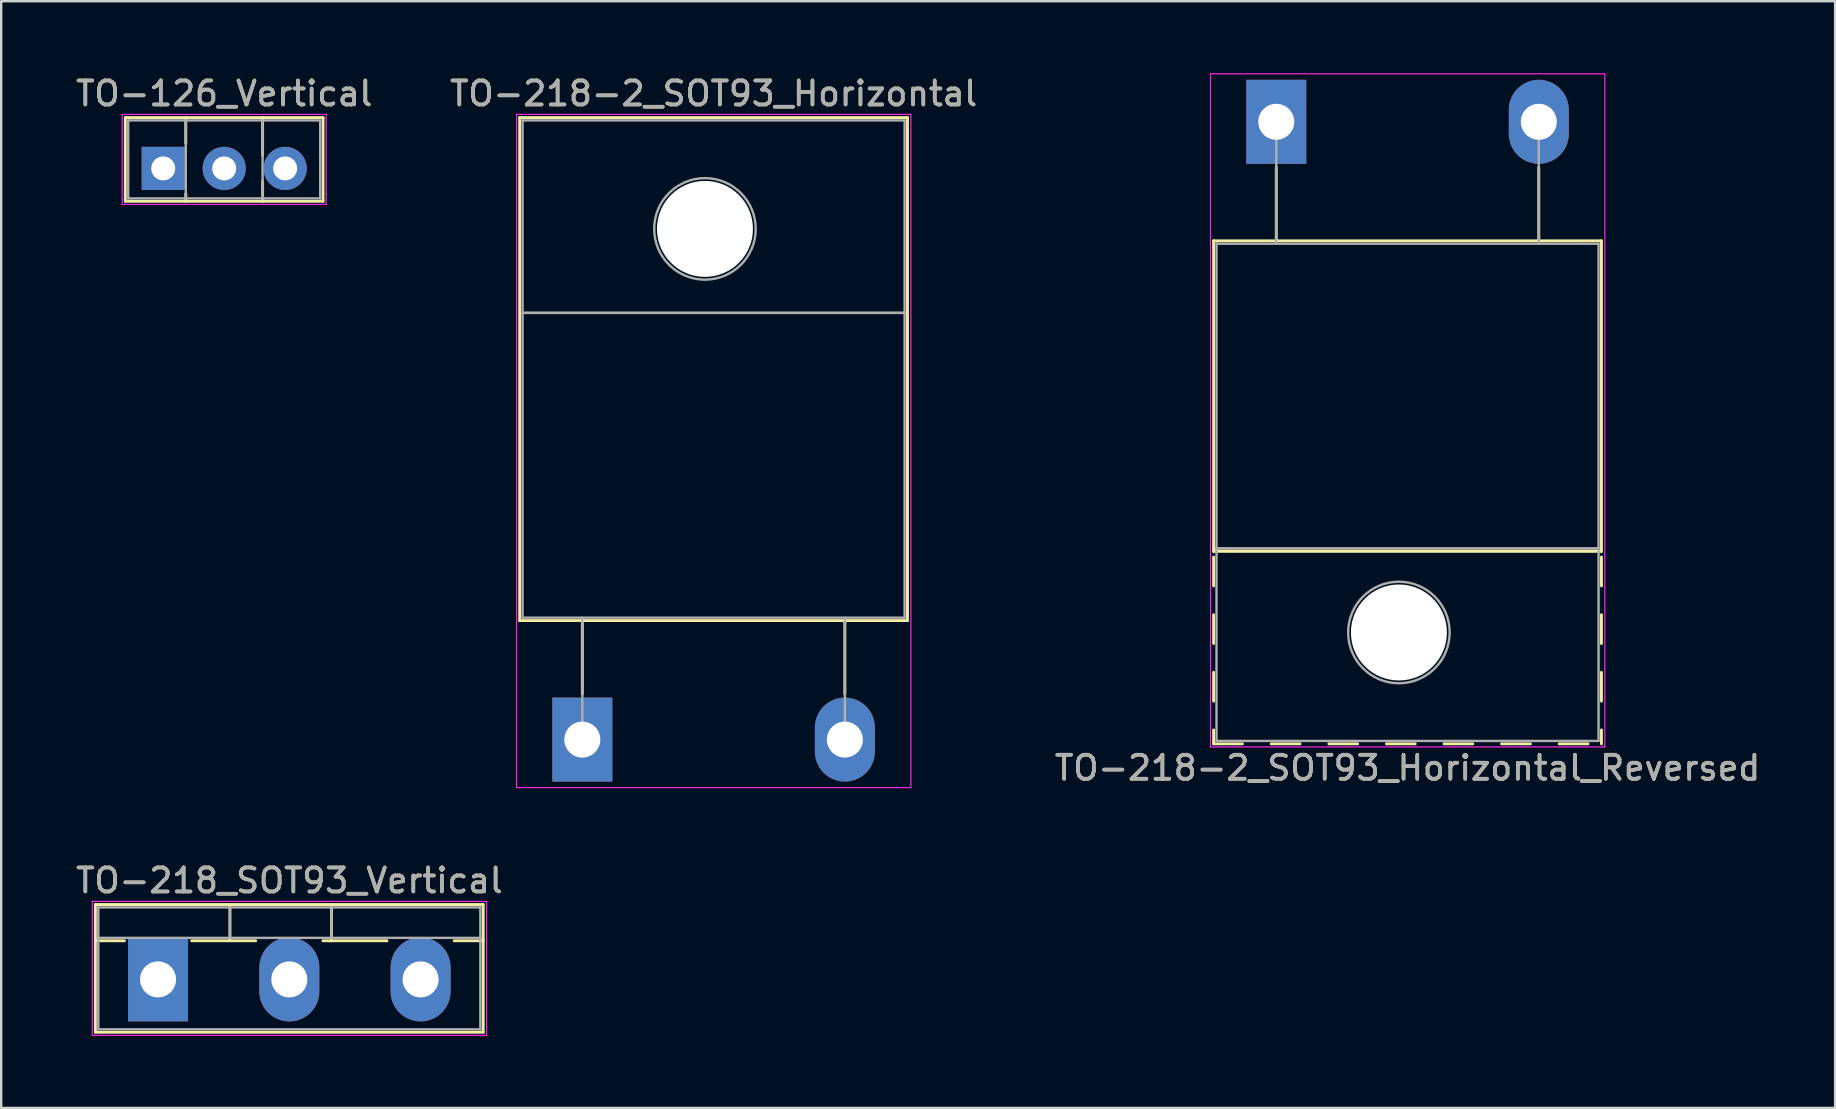
<source format=kicad_pcb>
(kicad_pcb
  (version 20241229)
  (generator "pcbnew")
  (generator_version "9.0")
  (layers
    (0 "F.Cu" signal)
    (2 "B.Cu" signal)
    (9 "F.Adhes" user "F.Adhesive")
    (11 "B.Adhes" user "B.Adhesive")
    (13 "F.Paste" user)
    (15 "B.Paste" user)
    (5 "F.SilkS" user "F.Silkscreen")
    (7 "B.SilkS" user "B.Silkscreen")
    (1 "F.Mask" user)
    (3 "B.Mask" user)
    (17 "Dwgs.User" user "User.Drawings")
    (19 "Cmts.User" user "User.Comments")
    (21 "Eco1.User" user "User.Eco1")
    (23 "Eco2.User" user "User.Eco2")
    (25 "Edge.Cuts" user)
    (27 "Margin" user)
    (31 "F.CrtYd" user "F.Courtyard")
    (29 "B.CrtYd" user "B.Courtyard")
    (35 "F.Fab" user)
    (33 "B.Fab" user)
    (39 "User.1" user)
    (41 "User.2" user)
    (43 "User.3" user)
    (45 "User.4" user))
  (footprint "TO-126_Vertical"
    (layer "F.Cu")
    (at 3.752 3.968)
    (property "Reference" "TO-126_Vertical" (at 2.54 -3.12 0) (layer "F.SilkS") (effects (font (size 1 1) (thickness 0.15))))
    (attr through_hole)
    (fp_line (start -1.58 -2.12) (end -1.58 1.37) (stroke (width 0.12) (type solid)) (layer "F.SilkS"))
    (fp_line (start -1.58 -2.12) (end 6.66 -2.12) (stroke (width 0.12) (type solid)) (layer "F.SilkS"))
    (fp_line (start -1.58 1.37) (end 6.66 1.37) (stroke (width 0.12) (type solid)) (layer "F.SilkS"))
    (fp_line (start 0.94 -2.12) (end 0.94 -1.05) (stroke (width 0.12) (type solid)) (layer "F.SilkS"))
    (fp_line (start 0.94 1.05) (end 0.94 1.37) (stroke (width 0.12) (type solid)) (layer "F.SilkS"))
    (fp_line (start 4.141 -2.12) (end 4.141 -0.54) (stroke (width 0.12) (type solid)) (layer "F.SilkS"))
    (fp_line (start 4.141 0.54) (end 4.141 1.37) (stroke (width 0.12) (type solid)) (layer "F.SilkS"))
    (fp_line (start 6.66 -2.12) (end 6.66 1.37) (stroke (width 0.12) (type solid)) (layer "F.SilkS"))
    (fp_line (start -1.71 -2.25) (end -1.71 1.5) (stroke (width 0.05) (type solid)) (layer "F.CrtYd"))
    (fp_line (start -1.71 1.5) (end 6.79 1.5) (stroke (width 0.05) (type solid)) (layer "F.CrtYd"))
    (fp_line (start 6.79 -2.25) (end -1.71 -2.25) (stroke (width 0.05) (type solid)) (layer "F.CrtYd"))
    (fp_line (start 6.79 1.5) (end 6.79 -2.25) (stroke (width 0.05) (type solid)) (layer "F.CrtYd"))
    (fp_line (start -1.46 -2) (end -1.46 1.25) (stroke (width 0.1) (type solid)) (layer "F.Fab"))
    (fp_line (start -1.46 1.25) (end 6.54 1.25) (stroke (width 0.1) (type solid)) (layer "F.Fab"))
    (fp_line (start 0.94 -2) (end 0.94 1.25) (stroke (width 0.1) (type solid)) (layer "F.Fab"))
    (fp_line (start 4.14 -2) (end 4.14 1.25) (stroke (width 0.1) (type solid)) (layer "F.Fab"))
    (fp_line (start 6.54 -2) (end -1.46 -2) (stroke (width 0.1) (type solid)) (layer "F.Fab"))
    (fp_line (start 6.54 1.25) (end 6.54 -2) (stroke (width 0.1) (type solid)) (layer "F.Fab"))
    (fp_text user "${REFERENCE}" (at 2.54 -3.12 0) (layer "F.Fab") (effects (font (size 1 1) (thickness 0.15))))
    (pad "1" thru_hole rect (at 0 0) (size 1.8 1.8) (drill 1) (layers "*.Cu" "*.Mask"))
    (pad "2" thru_hole oval (at 2.54 0) (size 1.8 1.8) (drill 1) (layers "*.Cu" "*.Mask"))
    (pad "3" thru_hole oval (at 5.08 0) (size 1.8 1.8) (drill 1) (layers "*.Cu" "*.Mask")))
  (footprint "TO-218-2_SOT93_Horizontal_Reversed"
    (layer "F.Cu")
    (at 50.131 2.025)
    (property "Reference" "TO-218-2_SOT93_Horizontal_Reversed" (at 5.47 26.92 0) (layer "F.SilkS") (effects (font (size 1 1) (thickness 0.15))))
    (attr through_hole)
    (fp_line (start -2.611 4.96) (end -2.611 17.9) (stroke (width 0.12) (type solid)) (layer "F.SilkS"))
    (fp_line (start -2.611 4.96) (end 13.55 4.96) (stroke (width 0.12) (type solid)) (layer "F.SilkS"))
    (fp_line (start -2.611 17.9) (end 13.55 17.9) (stroke (width 0.12) (type solid)) (layer "F.SilkS"))
    (fp_line (start -2.611 18.14) (end -2.611 19.34) (stroke (width 0.12) (type solid)) (layer "F.SilkS"))
    (fp_line (start -2.611 20.54) (end -2.611 21.74) (stroke (width 0.12) (type solid)) (layer "F.SilkS"))
    (fp_line (start -2.611 22.94) (end -2.611 24.14) (stroke (width 0.12) (type solid)) (layer "F.SilkS"))
    (fp_line (start -2.611 25.34) (end -2.611 25.92) (stroke (width 0.12) (type solid)) (layer "F.SilkS"))
    (fp_line (start -2.611 25.92) (end -1.411 25.92) (stroke (width 0.12) (type solid)) (layer "F.SilkS"))
    (fp_line (start -0.211 25.92) (end 0.99 25.92) (stroke (width 0.12) (type solid)) (layer "F.SilkS"))
    (fp_line (start 0 1.9) (end 0 4.96) (stroke (width 0.12) (type solid)) (layer "F.SilkS"))
    (fp_line (start 2.19 25.92) (end 3.39 25.92) (stroke (width 0.12) (type solid)) (layer "F.SilkS"))
    (fp_line (start 4.59 25.92) (end 5.79 25.92) (stroke (width 0.12) (type solid)) (layer "F.SilkS"))
    (fp_line (start 6.99 25.92) (end 8.19 25.92) (stroke (width 0.12) (type solid)) (layer "F.SilkS"))
    (fp_line (start 9.39 25.92) (end 10.59 25.92) (stroke (width 0.12) (type solid)) (layer "F.SilkS"))
    (fp_line (start 10.94 1.9) (end 10.94 4.96) (stroke (width 0.12) (type solid)) (layer "F.SilkS"))
    (fp_line (start 11.79 25.92) (end 12.99 25.92) (stroke (width 0.12) (type solid)) (layer "F.SilkS"))
    (fp_line (start 13.55 4.96) (end 13.55 17.9) (stroke (width 0.12) (type solid)) (layer "F.SilkS"))
    (fp_line (start 13.55 18.14) (end 13.55 19.34) (stroke (width 0.12) (type solid)) (layer "F.SilkS"))
    (fp_line (start 13.55 20.54) (end 13.55 21.74) (stroke (width 0.12) (type solid)) (layer "F.SilkS"))
    (fp_line (start 13.55 22.94) (end 13.55 24.14) (stroke (width 0.12) (type solid)) (layer "F.SilkS"))
    (fp_line (start 13.55 25.34) (end 13.55 25.92) (stroke (width 0.12) (type solid)) (layer "F.SilkS"))
    (fp_line (start -2.74 -2) (end -2.74 26.05) (stroke (width 0.05) (type solid)) (layer "F.CrtYd"))
    (fp_line (start -2.74 26.05) (end 13.69 26.05) (stroke (width 0.05) (type solid)) (layer "F.CrtYd"))
    (fp_line (start 13.69 -2) (end -2.74 -2) (stroke (width 0.05) (type solid)) (layer "F.CrtYd"))
    (fp_line (start 13.69 26.05) (end 13.69 -2) (stroke (width 0.05) (type solid)) (layer "F.CrtYd"))
    (fp_line (start -2.49 5.08) (end -2.49 17.78) (stroke (width 0.1) (type solid)) (layer "F.Fab"))
    (fp_line (start -2.49 17.78) (end -2.49 25.8) (stroke (width 0.1) (type solid)) (layer "F.Fab"))
    (fp_line (start -2.49 17.78) (end 13.43 17.78) (stroke (width 0.1) (type solid)) (layer "F.Fab"))
    (fp_line (start -2.49 25.8) (end 13.43 25.8) (stroke (width 0.1) (type solid)) (layer "F.Fab"))
    (fp_line (start 0 5.08) (end 0 0) (stroke (width 0.1) (type solid)) (layer "F.Fab"))
    (fp_line (start 10.94 5.08) (end 10.94 0) (stroke (width 0.1) (type solid)) (layer "F.Fab"))
    (fp_line (start 13.43 5.08) (end -2.49 5.08) (stroke (width 0.1) (type solid)) (layer "F.Fab"))
    (fp_line (start 13.43 17.78) (end -2.49 17.78) (stroke (width 0.1) (type solid)) (layer "F.Fab"))
    (fp_line (start 13.43 17.78) (end 13.43 5.08) (stroke (width 0.1) (type solid)) (layer "F.Fab"))
    (fp_line (start 13.43 25.8) (end 13.43 17.78) (stroke (width 0.1) (type solid)) (layer "F.Fab"))
    (fp_circle (center 5.11 21.28) (end 7.225 21.28) (stroke (width 0.1) (type solid)) (fill no) (layer "F.Fab"))
    (fp_text user "${REFERENCE}" (at 5.47 26.92 0) (layer "F.Fab") (effects (font (size 1 1) (thickness 0.15))))
    (pad "" np_thru_hole oval (at 5.11 21.28) (size 4 4) (drill 4) (layers "*.Cu" "*.Mask"))
    (pad "1" thru_hole rect (at 0 0) (size 2.5 3.5) (drill 1.5) (layers "*.Cu" "*.Mask"))
    (pad "2" thru_hole oval (at 10.94 0) (size 2.5 3.5) (drill 1.5) (layers "*.Cu" "*.Mask")))
  (footprint "TO-218-2_SOT93_Horizontal"
    (layer "F.Cu")
    (at 21.215 27.768)
    (property "Reference" "TO-218-2_SOT93_Horizontal" (at 5.47 -26.92 0) (layer "F.SilkS") (effects (font (size 1 1) (thickness 0.15))))
    (attr through_hole)
    (fp_line (start -2.611 -25.92) (end -2.611 -4.96) (stroke (width 0.12) (type solid)) (layer "F.SilkS"))
    (fp_line (start -2.611 -25.92) (end 13.55 -25.92) (stroke (width 0.12) (type solid)) (layer "F.SilkS"))
    (fp_line (start -2.611 -4.96) (end 13.55 -4.96) (stroke (width 0.12) (type solid)) (layer "F.SilkS"))
    (fp_line (start 0 -4.96) (end 0 -1.9) (stroke (width 0.12) (type solid)) (layer "F.SilkS"))
    (fp_line (start 10.94 -4.96) (end 10.94 -1.9) (stroke (width 0.12) (type solid)) (layer "F.SilkS"))
    (fp_line (start 13.55 -25.92) (end 13.55 -4.96) (stroke (width 0.12) (type solid)) (layer "F.SilkS"))
    (fp_line (start -2.74 -26.05) (end -2.74 2) (stroke (width 0.05) (type solid)) (layer "F.CrtYd"))
    (fp_line (start -2.74 2) (end 13.69 2) (stroke (width 0.05) (type solid)) (layer "F.CrtYd"))
    (fp_line (start 13.69 -26.05) (end -2.74 -26.05) (stroke (width 0.05) (type solid)) (layer "F.CrtYd"))
    (fp_line (start 13.69 2) (end 13.69 -26.05) (stroke (width 0.05) (type solid)) (layer "F.CrtYd"))
    (fp_line (start -2.49 -25.8) (end 13.43 -25.8) (stroke (width 0.1) (type solid)) (layer "F.Fab"))
    (fp_line (start -2.49 -17.78) (end -2.49 -25.8) (stroke (width 0.1) (type solid)) (layer "F.Fab"))
    (fp_line (start -2.49 -17.78) (end 13.43 -17.78) (stroke (width 0.1) (type solid)) (layer "F.Fab"))
    (fp_line (start -2.49 -5.08) (end -2.49 -17.78) (stroke (width 0.1) (type solid)) (layer "F.Fab"))
    (fp_line (start 0 -5.08) (end 0 0) (stroke (width 0.1) (type solid)) (layer "F.Fab"))
    (fp_line (start 10.94 -5.08) (end 10.94 0) (stroke (width 0.1) (type solid)) (layer "F.Fab"))
    (fp_line (start 13.43 -25.8) (end 13.43 -17.78) (stroke (width 0.1) (type solid)) (layer "F.Fab"))
    (fp_line (start 13.43 -17.78) (end -2.49 -17.78) (stroke (width 0.1) (type solid)) (layer "F.Fab"))
    (fp_line (start 13.43 -17.78) (end 13.43 -5.08) (stroke (width 0.1) (type solid)) (layer "F.Fab"))
    (fp_line (start 13.43 -5.08) (end -2.49 -5.08) (stroke (width 0.1) (type solid)) (layer "F.Fab"))
    (fp_circle (center 5.11 -21.28) (end 7.225 -21.28) (stroke (width 0.1) (type solid)) (fill no) (layer "F.Fab"))
    (fp_text user "${REFERENCE}" (at 5.47 -26.92 0) (layer "F.Fab") (effects (font (size 1 1) (thickness 0.15))))
    (pad "" np_thru_hole oval (at 5.11 -21.28) (size 4 4) (drill 4) (layers "*.Cu" "*.Mask"))
    (pad "1" thru_hole rect (at 0 0) (size 2.5 3.5) (drill 1.5) (layers "*.Cu" "*.Mask"))
    (pad "2" thru_hole oval (at 10.94 0) (size 2.5 3.5) (drill 1.5) (layers "*.Cu" "*.Mask")))
  (footprint "TO-218_SOT93_Vertical"
    (layer "F.Cu")
    (at 3.536 37.761)
    (property "Reference" "TO-218_SOT93_Vertical" (at 5.47 -4.12 0) (layer "F.SilkS") (effects (font (size 1 1) (thickness 0.15))))
    (attr through_hole)
    (fp_line (start -2.611 -3.12) (end -2.611 2.2) (stroke (width 0.12) (type solid)) (layer "F.SilkS"))
    (fp_line (start -2.611 -3.12) (end 13.55 -3.12) (stroke (width 0.12) (type solid)) (layer "F.SilkS"))
    (fp_line (start -2.611 -1.61) (end -1.4 -1.61) (stroke (width 0.12) (type solid)) (layer "F.SilkS"))
    (fp_line (start -2.611 2.2) (end 13.55 2.2) (stroke (width 0.12) (type solid)) (layer "F.SilkS"))
    (fp_line (start 1.4 -1.61) (end 4.07 -1.61) (stroke (width 0.12) (type solid)) (layer "F.SilkS"))
    (fp_line (start 2.995 -3.12) (end 2.995 -1.61) (stroke (width 0.12) (type solid)) (layer "F.SilkS"))
    (fp_line (start 6.87 -1.61) (end 9.54 -1.61) (stroke (width 0.12) (type solid)) (layer "F.SilkS"))
    (fp_line (start 7.225 -3.12) (end 7.225 -1.61) (stroke (width 0.12) (type solid)) (layer "F.SilkS"))
    (fp_line (start 12.34 -1.61) (end 13.55 -1.61) (stroke (width 0.12) (type solid)) (layer "F.SilkS"))
    (fp_line (start 13.55 -3.12) (end 13.55 2.2) (stroke (width 0.12) (type solid)) (layer "F.SilkS"))
    (fp_line (start -2.74 -3.25) (end -2.74 2.33) (stroke (width 0.05) (type solid)) (layer "F.CrtYd"))
    (fp_line (start -2.74 2.33) (end 13.69 2.33) (stroke (width 0.05) (type solid)) (layer "F.CrtYd"))
    (fp_line (start 13.69 -3.25) (end -2.74 -3.25) (stroke (width 0.05) (type solid)) (layer "F.CrtYd"))
    (fp_line (start 13.69 2.33) (end 13.69 -3.25) (stroke (width 0.05) (type solid)) (layer "F.CrtYd"))
    (fp_line (start -2.49 -3) (end -2.49 2.08) (stroke (width 0.1) (type solid)) (layer "F.Fab"))
    (fp_line (start -2.49 -1.73) (end 13.43 -1.73) (stroke (width 0.1) (type solid)) (layer "F.Fab"))
    (fp_line (start -2.49 2.08) (end 13.43 2.08) (stroke (width 0.1) (type solid)) (layer "F.Fab"))
    (fp_line (start 2.995 -3) (end 2.995 -1.73) (stroke (width 0.1) (type solid)) (layer "F.Fab"))
    (fp_line (start 7.225 -3) (end 7.225 -1.73) (stroke (width 0.1) (type solid)) (layer "F.Fab"))
    (fp_line (start 13.43 -3) (end -2.49 -3) (stroke (width 0.1) (type solid)) (layer "F.Fab"))
    (fp_line (start 13.43 2.08) (end 13.43 -3) (stroke (width 0.1) (type solid)) (layer "F.Fab"))
    (fp_text user "${REFERENCE}" (at 5.47 -4.12 0) (layer "F.Fab") (effects (font (size 1 1) (thickness 0.15))))
    (pad "1" thru_hole rect (at 0 0) (size 2.5 3.5) (drill 1.5) (layers "*.Cu" "*.Mask"))
    (pad "2" thru_hole oval (at 5.47 0) (size 2.5 3.5) (drill 1.5) (layers "*.Cu" "*.Mask"))
    (pad "3" thru_hole oval (at 10.94 0) (size 2.5 3.5) (drill 1.5) (layers "*.Cu" "*.Mask")))
  (gr_rect
    (start -3 -3)
    (end 73.417 43.117)
    (stroke (width 0.1) (type default))
    (fill no)
    (layer "Edge.Cuts")))
</source>
